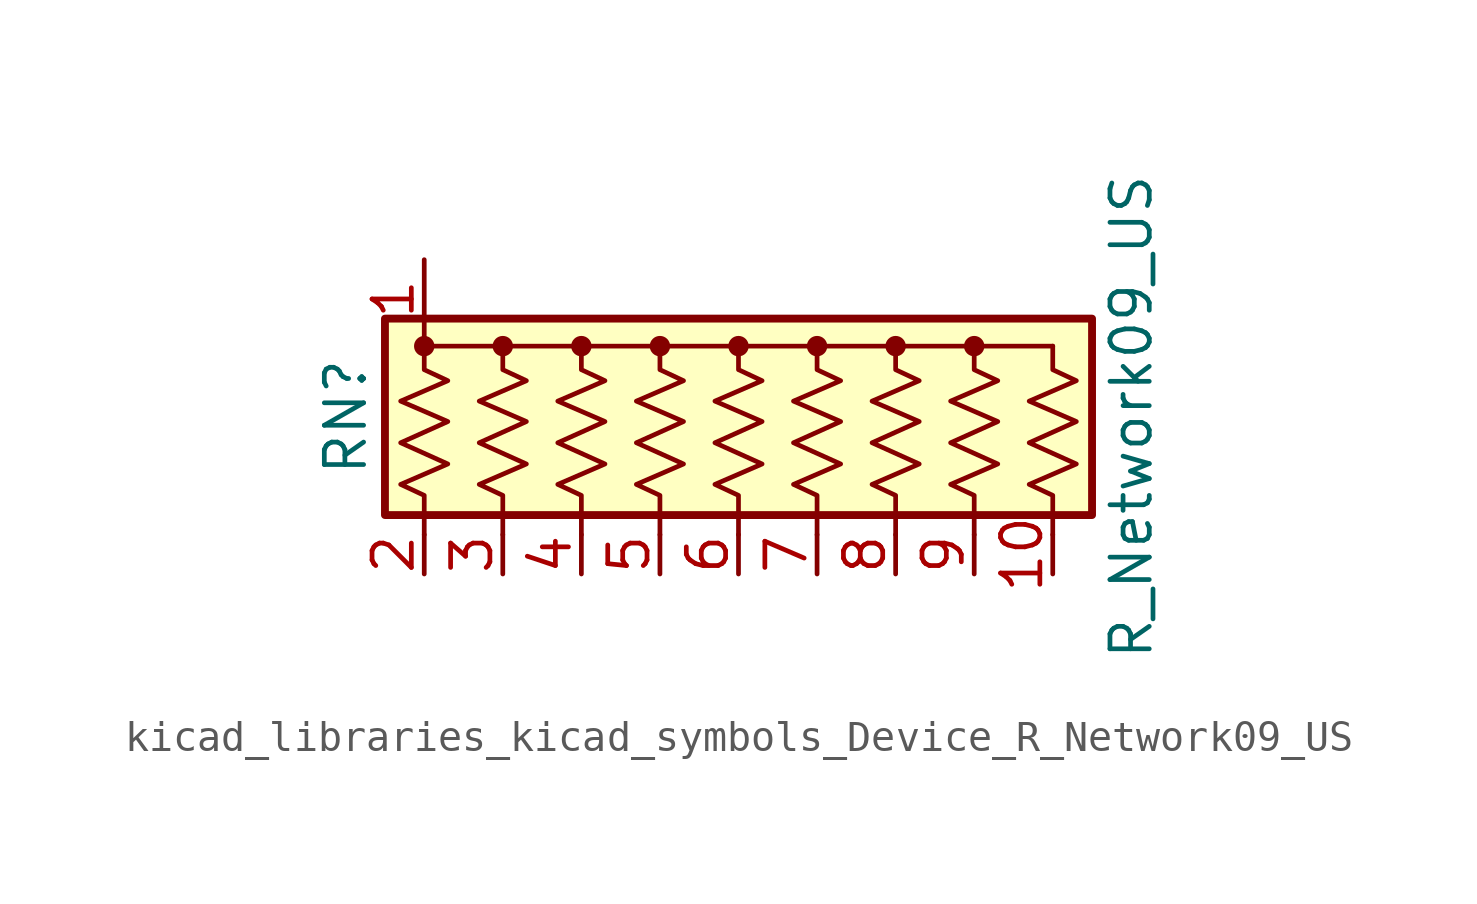
<source format=kicad_sym>
(kicad_symbol_lib
  (version 20220914)
  (generator kicad_symbol_editor)
  (symbol "kicad_libraries_kicad_symbols_Device_R_Network09_US"
    (pin_names
      (offset 0) hide)
    (property "Reference" "RN"
      (at -12.7 0 90)
      (effects (font (size 1.27 1.27))))
    (property "Value" "R_Network09_US"
      (at 12.7 0 90)
      (effects (font (size 1.27 1.27))))
    (symbol "kicad_libraries_kicad_symbols_Device_R_Network09_US_0_1"
      (rectangle (start -11.43 -3.175) (end 11.43 3.175) (stroke (width 0.254) (type default)) (fill (type background)))
      (circle (center -10.16 2.286) (radius 0.254) (stroke (width 0) (type default)) (fill (type outline)))
      (circle (center -7.62 2.286) (radius 0.254) (stroke (width 0) (type default)) (fill (type outline)))
      (circle (center -5.08 2.286) (radius 0.254) (stroke (width 0) (type default)) (fill (type outline)))
      (circle (center -2.54 2.286) (radius 0.254) (stroke (width 0) (type default)) (fill (type outline)))
      (polyline (pts (xy -10.16 2.286) (xy 10.16 2.286)) (stroke (width 0) (type default)) (fill (type none)))
      (polyline (pts (xy -10.16 2.286) (xy -10.16 1.524) (xy -9.398 1.168) (xy -10.922 0.508) (xy -9.398 -0.152) (xy -10.922 -0.838) (xy -9.398 -1.524) (xy -10.922 -2.184) (xy -10.16 -2.54) (xy -10.16 -3.81)) (stroke (width 0) (type default)) (fill (type none)))
      (polyline (pts (xy -7.62 2.286) (xy -7.62 1.524) (xy -6.858 1.168) (xy -8.382 0.508) (xy -6.858 -0.152) (xy -8.382 -0.838) (xy -6.858 -1.524) (xy -8.382 -2.184) (xy -7.62 -2.54) (xy -7.62 -3.81)) (stroke (width 0) (type default)) (fill (type none)))
      (polyline (pts (xy -5.08 2.286) (xy -5.08 1.524) (xy -4.318 1.168) (xy -5.842 0.508) (xy -4.318 -0.152) (xy -5.842 -0.838) (xy -4.318 -1.524) (xy -5.842 -2.184) (xy -5.08 -2.54) (xy -5.08 -3.81)) (stroke (width 0) (type default)) (fill (type none)))
      (polyline (pts (xy -2.54 2.286) (xy -2.54 1.524) (xy -1.778 1.168) (xy -3.302 0.508) (xy -1.778 -0.152) (xy -3.302 -0.838) (xy -1.778 -1.524) (xy -3.302 -2.184) (xy -2.54 -2.54) (xy -2.54 -3.81)) (stroke (width 0) (type default)) (fill (type none)))
      (polyline (pts (xy 0 2.286) (xy 0 1.524) (xy 0.762 1.168) (xy -0.762 0.508) (xy 0.762 -0.152) (xy -0.762 -0.838) (xy 0.762 -1.524) (xy -0.762 -2.184) (xy 0 -2.54) (xy 0 -3.81)) (stroke (width 0) (type default)) (fill (type none)))
      (polyline (pts (xy 2.54 2.286) (xy 2.54 1.524) (xy 3.302 1.168) (xy 1.778 0.508) (xy 3.302 -0.152) (xy 1.778 -0.838) (xy 3.302 -1.524) (xy 1.778 -2.184) (xy 2.54 -2.54) (xy 2.54 -3.81)) (stroke (width 0) (type default)) (fill (type none)))
      (polyline (pts (xy 5.08 2.286) (xy 5.08 1.524) (xy 5.842 1.168) (xy 4.318 0.508) (xy 5.842 -0.152) (xy 4.318 -0.838) (xy 5.842 -1.524) (xy 4.318 -2.184) (xy 5.08 -2.54) (xy 5.08 -3.81)) (stroke (width 0) (type default)) (fill (type none)))
      (polyline (pts (xy 7.62 2.286) (xy 7.62 1.524) (xy 8.382 1.168) (xy 6.858 0.508) (xy 8.382 -0.152) (xy 6.858 -0.838) (xy 8.382 -1.524) (xy 6.858 -2.184) (xy 7.62 -2.54) (xy 7.62 -3.81)) (stroke (width 0) (type default)) (fill (type none)))
      (polyline (pts (xy 10.16 2.286) (xy 10.16 1.524) (xy 10.922 1.168) (xy 9.398 0.508) (xy 10.922 -0.152) (xy 9.398 -0.838) (xy 10.922 -1.524) (xy 9.398 -2.184) (xy 10.16 -2.54) (xy 10.16 -3.81)) (stroke (width 0) (type default)) (fill (type none)))
      (circle (center 0 2.286) (radius 0.254) (stroke (width 0) (type default)) (fill (type outline)))
      (circle (center 2.54 2.286) (radius 0.254) (stroke (width 0) (type default)) (fill (type outline)))
      (circle (center 5.08 2.286) (radius 0.254) (stroke (width 0) (type default)) (fill (type outline)))
      (circle (center 7.62 2.286) (radius 0.254) (stroke (width 0) (type default)) (fill (type outline))))
    (symbol "kicad_libraries_kicad_symbols_Device_R_Network09_US_1_1"
      (pin passive line (at -10.16 5.08 270) (length 2.54) (name "common" (effects (font (size 1.27 1.27)))) (number "1" (effects (font (size 1.27 1.27)))))
      (pin passive line (at 10.16 -5.08 90) (length 1.27) (name "R9" (effects (font (size 1.27 1.27)))) (number "10" (effects (font (size 1.27 1.27)))))
      (pin passive line (at -10.16 -5.08 90) (length 1.27) (name "R1" (effects (font (size 1.27 1.27)))) (number "2" (effects (font (size 1.27 1.27)))))
      (pin passive line (at -7.62 -5.08 90) (length 1.27) (name "R2" (effects (font (size 1.27 1.27)))) (number "3" (effects (font (size 1.27 1.27)))))
      (pin passive line (at -5.08 -5.08 90) (length 1.27) (name "R3" (effects (font (size 1.27 1.27)))) (number "4" (effects (font (size 1.27 1.27)))))
      (pin passive line (at -2.54 -5.08 90) (length 1.27) (name "R4" (effects (font (size 1.27 1.27)))) (number "5" (effects (font (size 1.27 1.27)))))
      (pin passive line (at 0 -5.08 90) (length 1.27) (name "R5" (effects (font (size 1.27 1.27)))) (number "6" (effects (font (size 1.27 1.27)))))
      (pin passive line (at 2.54 -5.08 90) (length 1.27) (name "R6" (effects (font (size 1.27 1.27)))) (number "7" (effects (font (size 1.27 1.27)))))
      (pin passive line (at 5.08 -5.08 90) (length 1.27) (name "R7" (effects (font (size 1.27 1.27)))) (number "8" (effects (font (size 1.27 1.27)))))
      (pin passive line (at 7.62 -5.08 90) (length 1.27) (name "R8" (effects (font (size 1.27 1.27)))) (number "9" (effects (font (size 1.27 1.27))))))))
</source>
